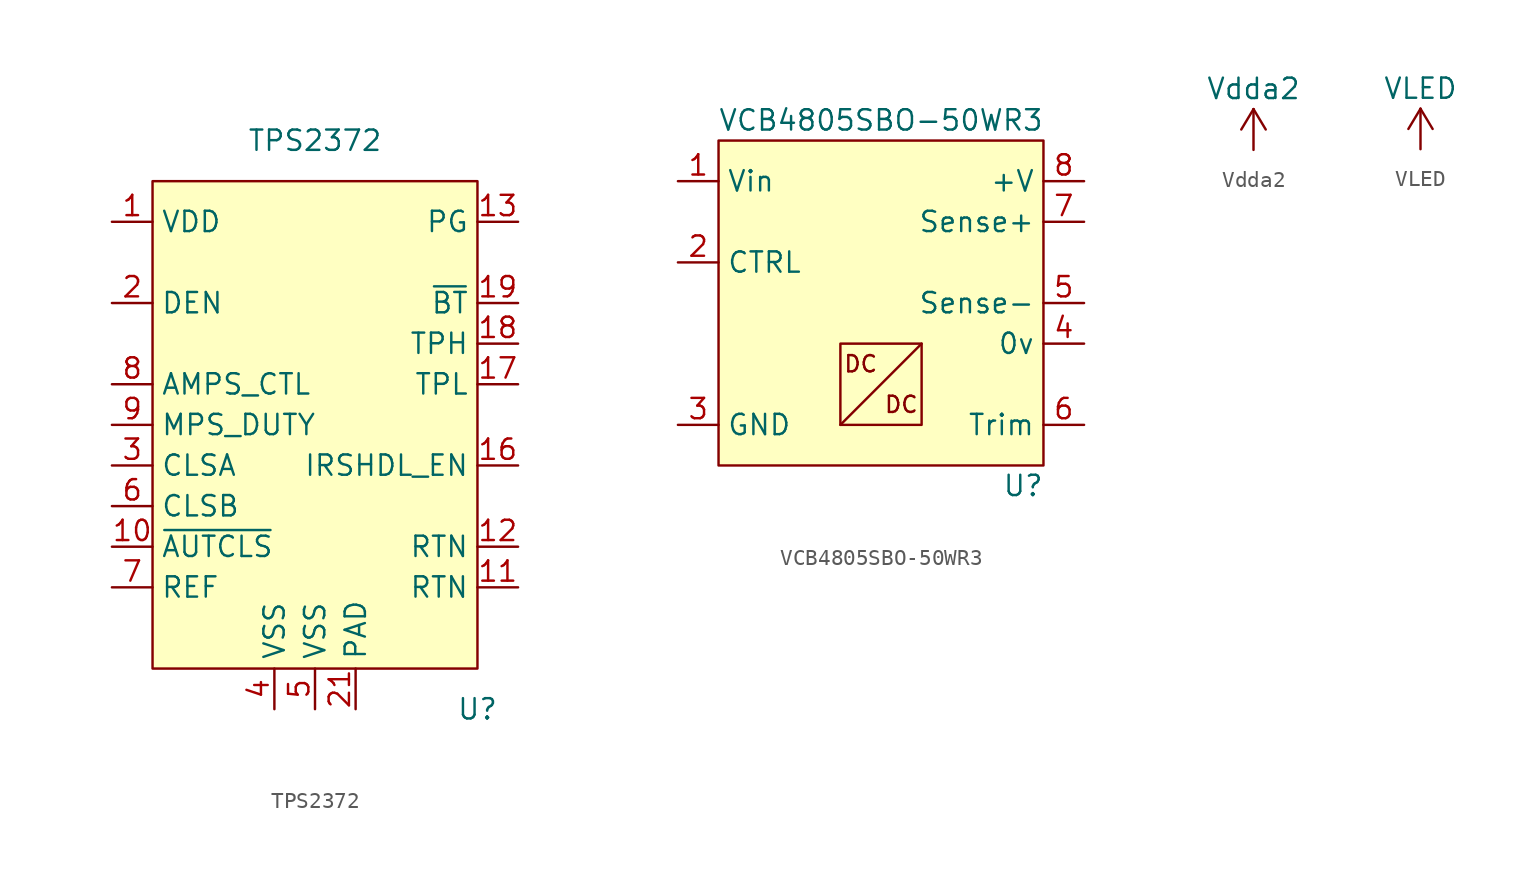
<source format=kicad_sym>
(kicad_symbol_lib
  (version 20220914)
  (generator kicad_symbol_editor)
  (symbol "TPS2372"
    (property "Reference" "U"
      (at 10.16 -17.78 0)
      (effects (font (size 1.27 1.27))))
    (property "Value" "TPS2372"
      (at 0 17.78 0)
      (effects (font (size 1.27 1.27))))
    (symbol "TPS2372_0_0"
      (pin power_in line (at -12.7 12.7 0) (length 2.54) (name "VDD" (effects (font (size 1.27 1.27)))) (number "1" (effects (font (size 1.27 1.27)))))
      (pin input line (at -12.7 -7.62 0) (length 2.54) (name "~{AUTCLS}" (effects (font (size 1.27 1.27)))) (number "10" (effects (font (size 1.27 1.27)))))
      (pin passive line (at 12.7 -10.16 180) (length 2.54) (name "RTN" (effects (font (size 1.27 1.27)))) (number "11" (effects (font (size 1.27 1.27)))))
      (pin passive line (at 12.7 -7.62 180) (length 2.54) (name "RTN" (effects (font (size 1.27 1.27)))) (number "12" (effects (font (size 1.27 1.27)))))
      (pin output line (at 12.7 12.7 180) (length 2.54) (name "PG" (effects (font (size 1.27 1.27)))) (number "13" (effects (font (size 1.27 1.27)))))
      (pin input line (at 12.7 -2.54 180) (length 2.54) (name "IRSHDL_EN" (effects (font (size 1.27 1.27)))) (number "16" (effects (font (size 1.27 1.27)))))
      (pin output line (at 12.7 2.54 180) (length 2.54) (name "TPL" (effects (font (size 1.27 1.27)))) (number "17" (effects (font (size 1.27 1.27)))))
      (pin output line (at 12.7 5.08 180) (length 2.54) (name "TPH" (effects (font (size 1.27 1.27)))) (number "18" (effects (font (size 1.27 1.27)))))
      (pin output line (at 12.7 7.62 180) (length 2.54) (name "~{BT}" (effects (font (size 1.27 1.27)))) (number "19" (effects (font (size 1.27 1.27)))))
      (pin passive line (at 2.54 -17.78 90) (length 2.54) (name "PAD" (effects (font (size 1.27 1.27)))) (number "21" (effects (font (size 1.27 1.27)))))
      (pin output line (at -12.7 -2.54 0) (length 2.54) (name "CLSA" (effects (font (size 1.27 1.27)))) (number "3" (effects (font (size 1.27 1.27)))))
      (pin power_in line (at -2.54 -17.78 90) (length 2.54) (name "VSS" (effects (font (size 1.27 1.27)))) (number "4" (effects (font (size 1.27 1.27)))))
      (pin power_in line (at 0 -17.78 90) (length 2.54) (name "VSS" (effects (font (size 1.27 1.27)))) (number "5" (effects (font (size 1.27 1.27)))))
      (pin output line (at -12.7 -5.08 0) (length 2.54) (name "CLSB" (effects (font (size 1.27 1.27)))) (number "6" (effects (font (size 1.27 1.27)))))
      (pin output line (at -12.7 -10.16 0) (length 2.54) (name "REF" (effects (font (size 1.27 1.27)))) (number "7" (effects (font (size 1.27 1.27)))))
      (pin output line (at -12.7 2.54 0) (length 2.54) (name "AMPS_CTL" (effects (font (size 1.27 1.27)))) (number "8" (effects (font (size 1.27 1.27)))))
      (pin input line (at -12.7 0 0) (length 2.54) (name "MPS_DUTY" (effects (font (size 1.27 1.27)))) (number "9" (effects (font (size 1.27 1.27))))))
    (symbol "TPS2372_1_0"
      (pin no_connect line (at -5.08 -15.24 90) (length 2.54) hide (name "NC" (effects (font (size 1.27 1.27)))) (number "14" (effects (font (size 1.27 1.27)))))
      (pin no_connect line (at -5.08 -15.24 90) (length 2.54) hide (name "NC" (effects (font (size 1.27 1.27)))) (number "15" (effects (font (size 1.27 1.27)))))
      (pin bidirectional line (at -12.7 7.62 0) (length 2.54) (name "DEN" (effects (font (size 1.27 1.27)))) (number "2" (effects (font (size 1.27 1.27)))))
      (pin no_connect line (at -5.08 -15.24 90) (length 2.54) hide (name "NC" (effects (font (size 1.27 1.27)))) (number "20" (effects (font (size 1.27 1.27))))))
    (symbol "TPS2372_1_1"
      (rectangle (start -10.16 15.24) (end 10.16 -15.24) (stroke (width 0) (type default)) (fill (type background)))))
  (symbol "VCB4805SBO-50WR3"
    (property "Reference" "U"
      (at 7.62 -11.43 0)
      (effects (font (size 1.27 1.27))))
    (property "Value" "VCB4805SBO-50WR3"
      (at -1.27 11.43 0)
      (effects (font (size 1.27 1.27))))
    (symbol "VCB4805SBO-50WR3_1_1"
      (rectangle (start -11.43 10.16) (end 8.89 -10.16) (stroke (width 0) (type default)) (fill (type background)))
      (rectangle (start -3.81 -2.54) (end 1.27 -7.62) (stroke (width 0) (type default)) (fill (type none)))
      (polyline (pts (xy 1.27 -2.54) (xy -3.81 -7.62)) (stroke (width 0) (type default)) (fill (type none)))
      (text "DC" (at -2.54 -3.81 0) (effects (font (size 1.016 1.016))))
      (text "DC" (at 0 -6.35 0) (effects (font (size 1.016 1.016))))
      (pin power_in line (at -13.97 7.62 0) (length 2.54) (name "Vin" (effects (font (size 1.27 1.27)))) (number "1" (effects (font (size 1.27 1.27)))))
      (pin input line (at -13.97 2.54 0) (length 2.54) (name "CTRL" (effects (font (size 1.27 1.27)))) (number "2" (effects (font (size 1.27 1.27)))))
      (pin power_in line (at -13.97 -7.62 0) (length 2.54) (name "GND" (effects (font (size 1.27 1.27)))) (number "3" (effects (font (size 1.27 1.27)))))
      (pin power_out line (at 11.43 -2.54 180) (length 2.54) (name "0v" (effects (font (size 1.27 1.27)))) (number "4" (effects (font (size 1.27 1.27)))))
      (pin input line (at 11.43 0 180) (length 2.54) (name "Sense-" (effects (font (size 1.27 1.27)))) (number "5" (effects (font (size 1.27 1.27)))))
      (pin passive line (at 11.43 -7.62 180) (length 2.54) (name "Trim" (effects (font (size 1.27 1.27)))) (number "6" (effects (font (size 1.27 1.27)))))
      (pin input line (at 11.43 5.08 180) (length 2.54) (name "Sense+" (effects (font (size 1.27 1.27)))) (number "7" (effects (font (size 1.27 1.27)))))
      (pin power_out line (at 11.43 7.62 180) (length 2.54) (name "+V" (effects (font (size 1.27 1.27)))) (number "8" (effects (font (size 1.27 1.27)))))))
  (symbol "Vdda2"
    (power)
    (pin_names
      (offset 0))
    (property "Reference" "#PWR"
      (at 0 -3.81 0)
      (effects (font (size 1.27 1.27)) hide))
    (property "Value" "Vdda2"
      (at 0 3.81 0)
      (effects (font (size 1.27 1.27))))
    (symbol "Vdda2_0_1"
      (polyline (pts (xy -0.762 1.27) (xy 0 2.54)) (stroke (width 0) (type default)) (fill (type none)))
      (polyline (pts (xy 0 0) (xy 0 2.54)) (stroke (width 0) (type default)) (fill (type none)))
      (polyline (pts (xy 0 2.54) (xy 0.762 1.27)) (stroke (width 0) (type default)) (fill (type none))))
    (symbol "Vdda2_1_1"
      (pin power_in line (at 0 0 90) (length 0) hide (name "Vdda2" (effects (font (size 1.27 1.27)))) (number "1" (effects (font (size 1.27 1.27)))))))
  (symbol "VLED"
    (power)
    (pin_names
      (offset 0))
    (property "Reference" "#PWR"
      (at 0 -3.81 0)
      (effects (font (size 1.27 1.27)) hide))
    (property "Value" "VLED"
      (at 0 3.81 0)
      (effects (font (size 1.27 1.27))))
    (symbol "VLED_0_1"
      (polyline (pts (xy -0.762 1.27) (xy 0 2.54)) (stroke (width 0) (type default)) (fill (type none)))
      (polyline (pts (xy 0 0) (xy 0 2.54)) (stroke (width 0) (type default)) (fill (type none)))
      (polyline (pts (xy 0 2.54) (xy 0.762 1.27)) (stroke (width 0) (type default)) (fill (type none))))
    (symbol "VLED_1_1"
      (pin power_in line (at 0 0 90) (length 0) hide (name "VLED" (effects (font (size 1.27 1.27)))) (number "1" (effects (font (size 1.27 1.27))))))))
</source>
